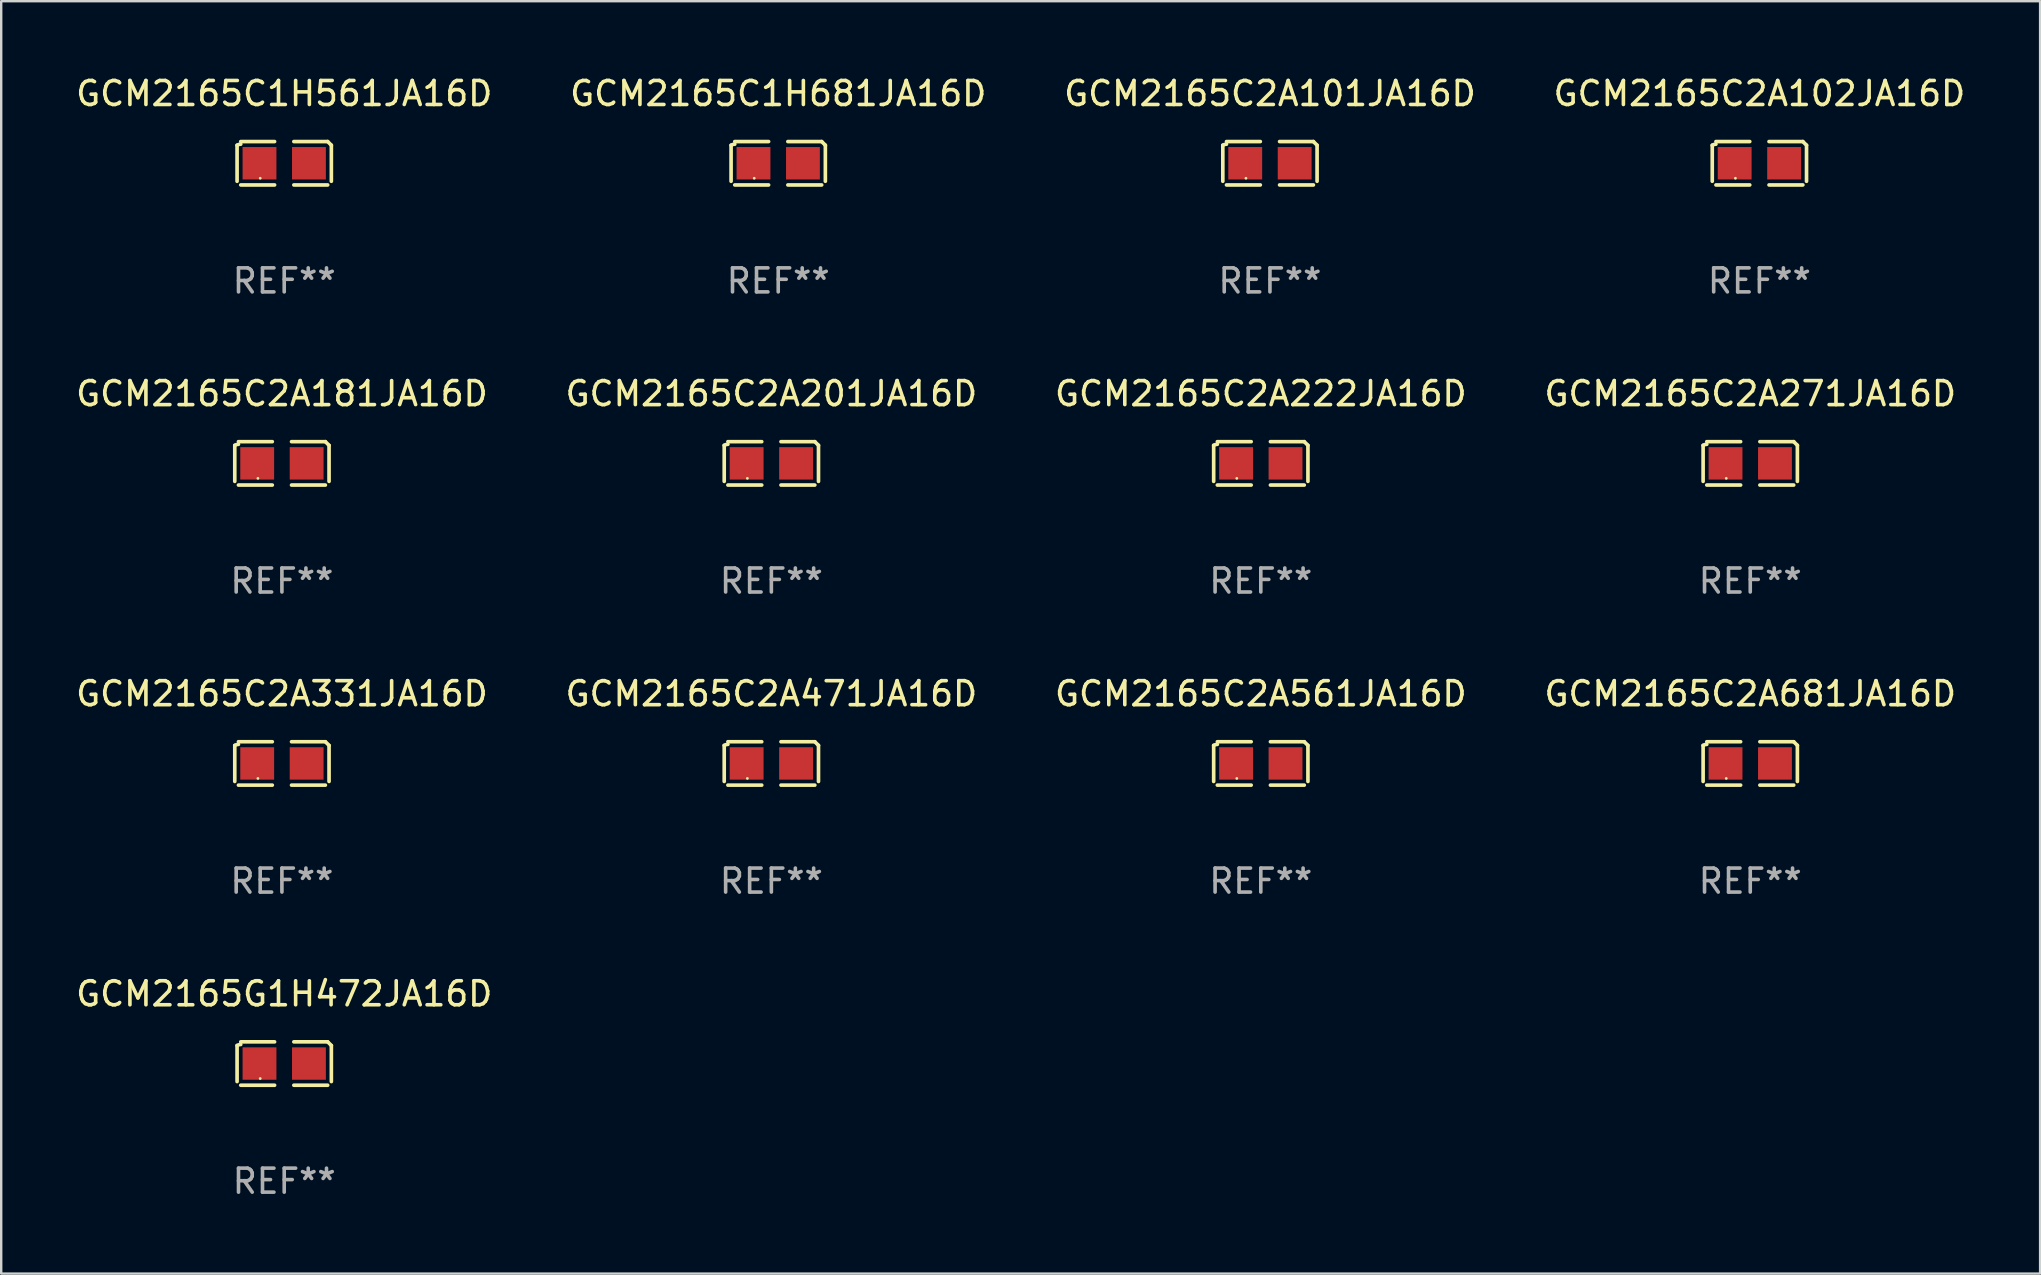
<source format=kicad_pcb>
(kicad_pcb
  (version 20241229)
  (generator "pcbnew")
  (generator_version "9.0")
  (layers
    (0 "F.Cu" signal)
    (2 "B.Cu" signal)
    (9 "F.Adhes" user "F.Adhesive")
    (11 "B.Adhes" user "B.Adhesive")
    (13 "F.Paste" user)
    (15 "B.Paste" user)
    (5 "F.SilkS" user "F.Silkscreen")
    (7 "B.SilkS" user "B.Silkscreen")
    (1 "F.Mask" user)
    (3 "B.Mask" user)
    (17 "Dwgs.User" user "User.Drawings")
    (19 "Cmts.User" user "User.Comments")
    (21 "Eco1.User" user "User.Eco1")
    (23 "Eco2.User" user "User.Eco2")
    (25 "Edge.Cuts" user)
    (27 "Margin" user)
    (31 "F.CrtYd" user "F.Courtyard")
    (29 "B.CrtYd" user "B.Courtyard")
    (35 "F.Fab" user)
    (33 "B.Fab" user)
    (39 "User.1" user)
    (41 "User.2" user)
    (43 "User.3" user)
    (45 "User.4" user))
  (footprint "GCM2165C2A331JA16D"
    (layer "F.Cu")
    (at 8.696 28.759)
    (property "Reference" "GCM2165C2A331JA16D" (at 0 -2.904 0) (layer "F.SilkS") (effects (font (size 1 1) (thickness 0.15))))
    (attr through_hole)
    (fp_line (start -1.964 0.751) (end -1.964 -0.751) (stroke (width 0.152) (type solid)) (layer "F.SilkS"))
    (fp_line (start -1.811 -0.904) (end -0.401 -0.904) (stroke (width 0.152) (type solid)) (layer "F.SilkS"))
    (fp_line (start -0.401 0.904) (end -1.811 0.904) (stroke (width 0.152) (type solid)) (layer "F.SilkS"))
    (fp_line (start 0.401 0.904) (end 1.811 0.904) (stroke (width 0.152) (type solid)) (layer "F.SilkS"))
    (fp_line (start 1.811 -0.904) (end 0.401 -0.904) (stroke (width 0.152) (type solid)) (layer "F.SilkS"))
    (fp_line (start 1.964 0.751) (end 1.964 -0.751) (stroke (width 0.152) (type solid)) (layer "F.SilkS"))
    (fp_arc (start -1.963602 -0.751207) (mid -1.890354 -0.783131) (end -1.811201 -0.794044) (stroke (width 0.1524) (type solid)) (layer "F.SilkS"))
    (fp_arc (start 1.811202 -0.903607) (mid 1.887413 -0.827418) (end 1.963602 -0.751207) (stroke (width 0.1524) (type solid)) (layer "F.SilkS"))
    (fp_circle (center -1 0.625) (end -0.97 0.625) (stroke (width 0.06) (type solid)) (fill no) (layer "F.SilkS"))
    (fp_text user "REF**" (at 0 4.904 0) (layer "F.Fab") (effects (font (size 1 1) (thickness 0.15))))
    (pad "1" smd rect (at -1.03 0) (size 1.41 1.35) (layers "F.Cu" "F.Mask" "F.Paste"))
    (pad "2" smd rect (at 1.03 0) (size 1.41 1.35) (layers "F.Cu" "F.Mask" "F.Paste")))
  (footprint "GCM2165G1H472JA16D"
    (layer "F.Cu")
    (at 8.792 41.263)
    (property "Reference" "GCM2165G1H472JA16D" (at 0 -2.904 0) (layer "F.SilkS") (effects (font (size 1 1) (thickness 0.15))))
    (attr through_hole)
    (fp_line (start -1.964 0.751) (end -1.964 -0.751) (stroke (width 0.152) (type solid)) (layer "F.SilkS"))
    (fp_line (start -1.811 -0.904) (end -0.401 -0.904) (stroke (width 0.152) (type solid)) (layer "F.SilkS"))
    (fp_line (start -0.401 0.904) (end -1.811 0.904) (stroke (width 0.152) (type solid)) (layer "F.SilkS"))
    (fp_line (start 0.401 0.904) (end 1.811 0.904) (stroke (width 0.152) (type solid)) (layer "F.SilkS"))
    (fp_line (start 1.811 -0.904) (end 0.401 -0.904) (stroke (width 0.152) (type solid)) (layer "F.SilkS"))
    (fp_line (start 1.964 0.751) (end 1.964 -0.751) (stroke (width 0.152) (type solid)) (layer "F.SilkS"))
    (fp_arc (start -1.963602 -0.751207) (mid -1.890354 -0.783131) (end -1.811201 -0.794044) (stroke (width 0.1524) (type solid)) (layer "F.SilkS"))
    (fp_arc (start 1.811202 -0.903607) (mid 1.887413 -0.827418) (end 1.963602 -0.751207) (stroke (width 0.1524) (type solid)) (layer "F.SilkS"))
    (fp_circle (center -1 0.625) (end -0.97 0.625) (stroke (width 0.06) (type solid)) (fill no) (layer "F.SilkS"))
    (fp_text user "REF**" (at 0 4.904 0) (layer "F.Fab") (effects (font (size 1 1) (thickness 0.15))))
    (pad "1" smd rect (at -1.03 0) (size 1.41 1.35) (layers "F.Cu" "F.Mask" "F.Paste"))
    (pad "2" smd rect (at 1.03 0) (size 1.41 1.35) (layers "F.Cu" "F.Mask" "F.Paste")))
  (footprint "GCM2165C1H561JA16D"
    (layer "F.Cu")
    (at 8.792 3.752)
    (property "Reference" "GCM2165C1H561JA16D" (at 0 -2.904 0) (layer "F.SilkS") (effects (font (size 1 1) (thickness 0.15))))
    (attr through_hole)
    (fp_line (start -1.964 0.751) (end -1.964 -0.751) (stroke (width 0.152) (type solid)) (layer "F.SilkS"))
    (fp_line (start -1.811 -0.904) (end -0.401 -0.904) (stroke (width 0.152) (type solid)) (layer "F.SilkS"))
    (fp_line (start -0.401 0.904) (end -1.811 0.904) (stroke (width 0.152) (type solid)) (layer "F.SilkS"))
    (fp_line (start 0.401 0.904) (end 1.811 0.904) (stroke (width 0.152) (type solid)) (layer "F.SilkS"))
    (fp_line (start 1.811 -0.904) (end 0.401 -0.904) (stroke (width 0.152) (type solid)) (layer "F.SilkS"))
    (fp_line (start 1.964 0.751) (end 1.964 -0.751) (stroke (width 0.152) (type solid)) (layer "F.SilkS"))
    (fp_arc (start -1.963602 -0.751207) (mid -1.890354 -0.783131) (end -1.811201 -0.794044) (stroke (width 0.1524) (type solid)) (layer "F.SilkS"))
    (fp_arc (start 1.811202 -0.903607) (mid 1.887413 -0.827418) (end 1.963602 -0.751207) (stroke (width 0.1524) (type solid)) (layer "F.SilkS"))
    (fp_circle (center -1 0.625) (end -0.97 0.625) (stroke (width 0.06) (type solid)) (fill no) (layer "F.SilkS"))
    (fp_text user "REF**" (at 0 4.904 0) (layer "F.Fab") (effects (font (size 1 1) (thickness 0.15))))
    (pad "1" smd rect (at -1.03 0) (size 1.41 1.35) (layers "F.Cu" "F.Mask" "F.Paste"))
    (pad "2" smd rect (at 1.03 0) (size 1.41 1.35) (layers "F.Cu" "F.Mask" "F.Paste")))
  (footprint "GCM2165C2A201JA16D"
    (layer "F.Cu")
    (at 29.089 16.256)
    (property "Reference" "GCM2165C2A201JA16D" (at 0 -2.904 0) (layer "F.SilkS") (effects (font (size 1 1) (thickness 0.15))))
    (attr through_hole)
    (fp_line (start -1.964 0.751) (end -1.964 -0.751) (stroke (width 0.152) (type solid)) (layer "F.SilkS"))
    (fp_line (start -1.811 -0.904) (end -0.401 -0.904) (stroke (width 0.152) (type solid)) (layer "F.SilkS"))
    (fp_line (start -0.401 0.904) (end -1.811 0.904) (stroke (width 0.152) (type solid)) (layer "F.SilkS"))
    (fp_line (start 0.401 0.904) (end 1.811 0.904) (stroke (width 0.152) (type solid)) (layer "F.SilkS"))
    (fp_line (start 1.811 -0.904) (end 0.401 -0.904) (stroke (width 0.152) (type solid)) (layer "F.SilkS"))
    (fp_line (start 1.964 0.751) (end 1.964 -0.751) (stroke (width 0.152) (type solid)) (layer "F.SilkS"))
    (fp_arc (start -1.963602 -0.751207) (mid -1.890354 -0.783131) (end -1.811201 -0.794044) (stroke (width 0.1524) (type solid)) (layer "F.SilkS"))
    (fp_arc (start 1.811202 -0.903607) (mid 1.887413 -0.827418) (end 1.963602 -0.751207) (stroke (width 0.1524) (type solid)) (layer "F.SilkS"))
    (fp_circle (center -1 0.625) (end -0.97 0.625) (stroke (width 0.06) (type solid)) (fill no) (layer "F.SilkS"))
    (fp_text user "REF**" (at 0 4.904 0) (layer "F.Fab") (effects (font (size 1 1) (thickness 0.15))))
    (pad "1" smd rect (at -1.03 0) (size 1.41 1.35) (layers "F.Cu" "F.Mask" "F.Paste"))
    (pad "2" smd rect (at 1.03 0) (size 1.41 1.35) (layers "F.Cu" "F.Mask" "F.Paste")))
  (footprint "GCM2165C2A471JA16D"
    (layer "F.Cu")
    (at 29.089 28.759)
    (property "Reference" "GCM2165C2A471JA16D" (at 0 -2.904 0) (layer "F.SilkS") (effects (font (size 1 1) (thickness 0.15))))
    (attr through_hole)
    (fp_line (start -1.964 0.751) (end -1.964 -0.751) (stroke (width 0.152) (type solid)) (layer "F.SilkS"))
    (fp_line (start -1.811 -0.904) (end -0.401 -0.904) (stroke (width 0.152) (type solid)) (layer "F.SilkS"))
    (fp_line (start -0.401 0.904) (end -1.811 0.904) (stroke (width 0.152) (type solid)) (layer "F.SilkS"))
    (fp_line (start 0.401 0.904) (end 1.811 0.904) (stroke (width 0.152) (type solid)) (layer "F.SilkS"))
    (fp_line (start 1.811 -0.904) (end 0.401 -0.904) (stroke (width 0.152) (type solid)) (layer "F.SilkS"))
    (fp_line (start 1.964 0.751) (end 1.964 -0.751) (stroke (width 0.152) (type solid)) (layer "F.SilkS"))
    (fp_arc (start -1.963602 -0.751207) (mid -1.890354 -0.783131) (end -1.811201 -0.794044) (stroke (width 0.1524) (type solid)) (layer "F.SilkS"))
    (fp_arc (start 1.811202 -0.903607) (mid 1.887413 -0.827418) (end 1.963602 -0.751207) (stroke (width 0.1524) (type solid)) (layer "F.SilkS"))
    (fp_circle (center -1 0.625) (end -0.97 0.625) (stroke (width 0.06) (type solid)) (fill no) (layer "F.SilkS"))
    (fp_text user "REF**" (at 0 4.904 0) (layer "F.Fab") (effects (font (size 1 1) (thickness 0.15))))
    (pad "1" smd rect (at -1.03 0) (size 1.41 1.35) (layers "F.Cu" "F.Mask" "F.Paste"))
    (pad "2" smd rect (at 1.03 0) (size 1.41 1.35) (layers "F.Cu" "F.Mask" "F.Paste")))
  (footprint "GCM2165C2A222JA16D"
    (layer "F.Cu")
    (at 49.482 16.256)
    (property "Reference" "GCM2165C2A222JA16D" (at 0 -2.904 0) (layer "F.SilkS") (effects (font (size 1 1) (thickness 0.15))))
    (attr through_hole)
    (fp_line (start -1.964 0.751) (end -1.964 -0.751) (stroke (width 0.152) (type solid)) (layer "F.SilkS"))
    (fp_line (start -1.811 -0.904) (end -0.401 -0.904) (stroke (width 0.152) (type solid)) (layer "F.SilkS"))
    (fp_line (start -0.401 0.904) (end -1.811 0.904) (stroke (width 0.152) (type solid)) (layer "F.SilkS"))
    (fp_line (start 0.401 0.904) (end 1.811 0.904) (stroke (width 0.152) (type solid)) (layer "F.SilkS"))
    (fp_line (start 1.811 -0.904) (end 0.401 -0.904) (stroke (width 0.152) (type solid)) (layer "F.SilkS"))
    (fp_line (start 1.964 0.751) (end 1.964 -0.751) (stroke (width 0.152) (type solid)) (layer "F.SilkS"))
    (fp_arc (start -1.963602 -0.751207) (mid -1.890354 -0.783131) (end -1.811201 -0.794044) (stroke (width 0.1524) (type solid)) (layer "F.SilkS"))
    (fp_arc (start 1.811202 -0.903607) (mid 1.887413 -0.827418) (end 1.963602 -0.751207) (stroke (width 0.1524) (type solid)) (layer "F.SilkS"))
    (fp_circle (center -1 0.625) (end -0.97 0.625) (stroke (width 0.06) (type solid)) (fill no) (layer "F.SilkS"))
    (fp_text user "REF**" (at 0 4.904 0) (layer "F.Fab") (effects (font (size 1 1) (thickness 0.15))))
    (pad "1" smd rect (at -1.03 0) (size 1.41 1.35) (layers "F.Cu" "F.Mask" "F.Paste"))
    (pad "2" smd rect (at 1.03 0) (size 1.41 1.35) (layers "F.Cu" "F.Mask" "F.Paste")))
  (footprint "GCM2165C2A561JA16D"
    (layer "F.Cu")
    (at 49.482 28.759)
    (property "Reference" "GCM2165C2A561JA16D" (at 0 -2.904 0) (layer "F.SilkS") (effects (font (size 1 1) (thickness 0.15))))
    (attr through_hole)
    (fp_line (start -1.964 0.751) (end -1.964 -0.751) (stroke (width 0.152) (type solid)) (layer "F.SilkS"))
    (fp_line (start -1.811 -0.904) (end -0.401 -0.904) (stroke (width 0.152) (type solid)) (layer "F.SilkS"))
    (fp_line (start -0.401 0.904) (end -1.811 0.904) (stroke (width 0.152) (type solid)) (layer "F.SilkS"))
    (fp_line (start 0.401 0.904) (end 1.811 0.904) (stroke (width 0.152) (type solid)) (layer "F.SilkS"))
    (fp_line (start 1.811 -0.904) (end 0.401 -0.904) (stroke (width 0.152) (type solid)) (layer "F.SilkS"))
    (fp_line (start 1.964 0.751) (end 1.964 -0.751) (stroke (width 0.152) (type solid)) (layer "F.SilkS"))
    (fp_arc (start -1.963602 -0.751207) (mid -1.890354 -0.783131) (end -1.811201 -0.794044) (stroke (width 0.1524) (type solid)) (layer "F.SilkS"))
    (fp_arc (start 1.811202 -0.903607) (mid 1.887413 -0.827418) (end 1.963602 -0.751207) (stroke (width 0.1524) (type solid)) (layer "F.SilkS"))
    (fp_circle (center -1 0.625) (end -0.97 0.625) (stroke (width 0.06) (type solid)) (fill no) (layer "F.SilkS"))
    (fp_text user "REF**" (at 0 4.904 0) (layer "F.Fab") (effects (font (size 1 1) (thickness 0.15))))
    (pad "1" smd rect (at -1.03 0) (size 1.41 1.35) (layers "F.Cu" "F.Mask" "F.Paste"))
    (pad "2" smd rect (at 1.03 0) (size 1.41 1.35) (layers "F.Cu" "F.Mask" "F.Paste")))
  (footprint "GCM2165C2A101JA16D"
    (layer "F.Cu")
    (at 49.863 3.752)
    (property "Reference" "GCM2165C2A101JA16D" (at 0 -2.904 0) (layer "F.SilkS") (effects (font (size 1 1) (thickness 0.15))))
    (attr through_hole)
    (fp_line (start -1.964 0.751) (end -1.964 -0.751) (stroke (width 0.152) (type solid)) (layer "F.SilkS"))
    (fp_line (start -1.811 -0.904) (end -0.401 -0.904) (stroke (width 0.152) (type solid)) (layer "F.SilkS"))
    (fp_line (start -0.401 0.904) (end -1.811 0.904) (stroke (width 0.152) (type solid)) (layer "F.SilkS"))
    (fp_line (start 0.401 0.904) (end 1.811 0.904) (stroke (width 0.152) (type solid)) (layer "F.SilkS"))
    (fp_line (start 1.811 -0.904) (end 0.401 -0.904) (stroke (width 0.152) (type solid)) (layer "F.SilkS"))
    (fp_line (start 1.964 0.751) (end 1.964 -0.751) (stroke (width 0.152) (type solid)) (layer "F.SilkS"))
    (fp_arc (start -1.963602 -0.751207) (mid -1.890354 -0.783131) (end -1.811201 -0.794044) (stroke (width 0.1524) (type solid)) (layer "F.SilkS"))
    (fp_arc (start 1.811202 -0.903607) (mid 1.887413 -0.827418) (end 1.963602 -0.751207) (stroke (width 0.1524) (type solid)) (layer "F.SilkS"))
    (fp_circle (center -1 0.625) (end -0.97 0.625) (stroke (width 0.06) (type solid)) (fill no) (layer "F.SilkS"))
    (fp_text user "REF**" (at 0 4.904 0) (layer "F.Fab") (effects (font (size 1 1) (thickness 0.15))))
    (pad "1" smd rect (at -1.03 0) (size 1.41 1.35) (layers "F.Cu" "F.Mask" "F.Paste"))
    (pad "2" smd rect (at 1.03 0) (size 1.41 1.35) (layers "F.Cu" "F.Mask" "F.Paste")))
  (footprint "GCM2165C1H681JA16D"
    (layer "F.Cu")
    (at 29.375 3.752)
    (property "Reference" "GCM2165C1H681JA16D" (at 0 -2.904 0) (layer "F.SilkS") (effects (font (size 1 1) (thickness 0.15))))
    (attr through_hole)
    (fp_line (start -1.964 0.751) (end -1.964 -0.751) (stroke (width 0.152) (type solid)) (layer "F.SilkS"))
    (fp_line (start -1.811 -0.904) (end -0.401 -0.904) (stroke (width 0.152) (type solid)) (layer "F.SilkS"))
    (fp_line (start -0.401 0.904) (end -1.811 0.904) (stroke (width 0.152) (type solid)) (layer "F.SilkS"))
    (fp_line (start 0.401 0.904) (end 1.811 0.904) (stroke (width 0.152) (type solid)) (layer "F.SilkS"))
    (fp_line (start 1.811 -0.904) (end 0.401 -0.904) (stroke (width 0.152) (type solid)) (layer "F.SilkS"))
    (fp_line (start 1.964 0.751) (end 1.964 -0.751) (stroke (width 0.152) (type solid)) (layer "F.SilkS"))
    (fp_arc (start -1.963602 -0.751207) (mid -1.890354 -0.783131) (end -1.811201 -0.794044) (stroke (width 0.1524) (type solid)) (layer "F.SilkS"))
    (fp_arc (start 1.811202 -0.903607) (mid 1.887413 -0.827418) (end 1.963602 -0.751207) (stroke (width 0.1524) (type solid)) (layer "F.SilkS"))
    (fp_circle (center -1 0.625) (end -0.97 0.625) (stroke (width 0.06) (type solid)) (fill no) (layer "F.SilkS"))
    (fp_text user "REF**" (at 0 4.904 0) (layer "F.Fab") (effects (font (size 1 1) (thickness 0.15))))
    (pad "1" smd rect (at -1.03 0) (size 1.41 1.35) (layers "F.Cu" "F.Mask" "F.Paste"))
    (pad "2" smd rect (at 1.03 0) (size 1.41 1.35) (layers "F.Cu" "F.Mask" "F.Paste")))
  (footprint "GCM2165C2A271JA16D"
    (layer "F.Cu")
    (at 69.875 16.256)
    (property "Reference" "GCM2165C2A271JA16D" (at 0 -2.904 0) (layer "F.SilkS") (effects (font (size 1 1) (thickness 0.15))))
    (attr through_hole)
    (fp_line (start -1.964 0.751) (end -1.964 -0.751) (stroke (width 0.152) (type solid)) (layer "F.SilkS"))
    (fp_line (start -1.811 -0.904) (end -0.401 -0.904) (stroke (width 0.152) (type solid)) (layer "F.SilkS"))
    (fp_line (start -0.401 0.904) (end -1.811 0.904) (stroke (width 0.152) (type solid)) (layer "F.SilkS"))
    (fp_line (start 0.401 0.904) (end 1.811 0.904) (stroke (width 0.152) (type solid)) (layer "F.SilkS"))
    (fp_line (start 1.811 -0.904) (end 0.401 -0.904) (stroke (width 0.152) (type solid)) (layer "F.SilkS"))
    (fp_line (start 1.964 0.751) (end 1.964 -0.751) (stroke (width 0.152) (type solid)) (layer "F.SilkS"))
    (fp_arc (start -1.963602 -0.751207) (mid -1.890354 -0.783131) (end -1.811201 -0.794044) (stroke (width 0.1524) (type solid)) (layer "F.SilkS"))
    (fp_arc (start 1.811202 -0.903607) (mid 1.887413 -0.827418) (end 1.963602 -0.751207) (stroke (width 0.1524) (type solid)) (layer "F.SilkS"))
    (fp_circle (center -1 0.625) (end -0.97 0.625) (stroke (width 0.06) (type solid)) (fill no) (layer "F.SilkS"))
    (fp_text user "REF**" (at 0 4.904 0) (layer "F.Fab") (effects (font (size 1 1) (thickness 0.15))))
    (pad "1" smd rect (at -1.03 0) (size 1.41 1.35) (layers "F.Cu" "F.Mask" "F.Paste"))
    (pad "2" smd rect (at 1.03 0) (size 1.41 1.35) (layers "F.Cu" "F.Mask" "F.Paste")))
  (footprint "GCM2165C2A181JA16D"
    (layer "F.Cu")
    (at 8.696 16.256)
    (property "Reference" "GCM2165C2A181JA16D" (at 0 -2.904 0) (layer "F.SilkS") (effects (font (size 1 1) (thickness 0.15))))
    (attr through_hole)
    (fp_line (start -1.964 0.751) (end -1.964 -0.751) (stroke (width 0.152) (type solid)) (layer "F.SilkS"))
    (fp_line (start -1.811 -0.904) (end -0.401 -0.904) (stroke (width 0.152) (type solid)) (layer "F.SilkS"))
    (fp_line (start -0.401 0.904) (end -1.811 0.904) (stroke (width 0.152) (type solid)) (layer "F.SilkS"))
    (fp_line (start 0.401 0.904) (end 1.811 0.904) (stroke (width 0.152) (type solid)) (layer "F.SilkS"))
    (fp_line (start 1.811 -0.904) (end 0.401 -0.904) (stroke (width 0.152) (type solid)) (layer "F.SilkS"))
    (fp_line (start 1.964 0.751) (end 1.964 -0.751) (stroke (width 0.152) (type solid)) (layer "F.SilkS"))
    (fp_arc (start -1.963602 -0.751207) (mid -1.890354 -0.783131) (end -1.811201 -0.794044) (stroke (width 0.1524) (type solid)) (layer "F.SilkS"))
    (fp_arc (start 1.811202 -0.903607) (mid 1.887413 -0.827418) (end 1.963602 -0.751207) (stroke (width 0.1524) (type solid)) (layer "F.SilkS"))
    (fp_circle (center -1 0.625) (end -0.97 0.625) (stroke (width 0.06) (type solid)) (fill no) (layer "F.SilkS"))
    (fp_text user "REF**" (at 0 4.904 0) (layer "F.Fab") (effects (font (size 1 1) (thickness 0.15))))
    (pad "1" smd rect (at -1.03 0) (size 1.41 1.35) (layers "F.Cu" "F.Mask" "F.Paste"))
    (pad "2" smd rect (at 1.03 0) (size 1.41 1.35) (layers "F.Cu" "F.Mask" "F.Paste")))
  (footprint "GCM2165C2A681JA16D"
    (layer "F.Cu")
    (at 69.875 28.759)
    (property "Reference" "GCM2165C2A681JA16D" (at 0 -2.904 0) (layer "F.SilkS") (effects (font (size 1 1) (thickness 0.15))))
    (attr through_hole)
    (fp_line (start -1.964 0.751) (end -1.964 -0.751) (stroke (width 0.152) (type solid)) (layer "F.SilkS"))
    (fp_line (start -1.811 -0.904) (end -0.401 -0.904) (stroke (width 0.152) (type solid)) (layer "F.SilkS"))
    (fp_line (start -0.401 0.904) (end -1.811 0.904) (stroke (width 0.152) (type solid)) (layer "F.SilkS"))
    (fp_line (start 0.401 0.904) (end 1.811 0.904) (stroke (width 0.152) (type solid)) (layer "F.SilkS"))
    (fp_line (start 1.811 -0.904) (end 0.401 -0.904) (stroke (width 0.152) (type solid)) (layer "F.SilkS"))
    (fp_line (start 1.964 0.751) (end 1.964 -0.751) (stroke (width 0.152) (type solid)) (layer "F.SilkS"))
    (fp_arc (start -1.963602 -0.751207) (mid -1.890354 -0.783131) (end -1.811201 -0.794044) (stroke (width 0.1524) (type solid)) (layer "F.SilkS"))
    (fp_arc (start 1.811202 -0.903607) (mid 1.887413 -0.827418) (end 1.963602 -0.751207) (stroke (width 0.1524) (type solid)) (layer "F.SilkS"))
    (fp_circle (center -1 0.625) (end -0.97 0.625) (stroke (width 0.06) (type solid)) (fill no) (layer "F.SilkS"))
    (fp_text user "REF**" (at 0 4.904 0) (layer "F.Fab") (effects (font (size 1 1) (thickness 0.15))))
    (pad "1" smd rect (at -1.03 0) (size 1.41 1.35) (layers "F.Cu" "F.Mask" "F.Paste"))
    (pad "2" smd rect (at 1.03 0) (size 1.41 1.35) (layers "F.Cu" "F.Mask" "F.Paste")))
  (footprint "GCM2165C2A102JA16D"
    (layer "F.Cu")
    (at 70.256 3.752)
    (property "Reference" "GCM2165C2A102JA16D" (at 0 -2.904 0) (layer "F.SilkS") (effects (font (size 1 1) (thickness 0.15))))
    (attr through_hole)
    (fp_line (start -1.964 0.751) (end -1.964 -0.751) (stroke (width 0.152) (type solid)) (layer "F.SilkS"))
    (fp_line (start -1.811 -0.904) (end -0.401 -0.904) (stroke (width 0.152) (type solid)) (layer "F.SilkS"))
    (fp_line (start -0.401 0.904) (end -1.811 0.904) (stroke (width 0.152) (type solid)) (layer "F.SilkS"))
    (fp_line (start 0.401 0.904) (end 1.811 0.904) (stroke (width 0.152) (type solid)) (layer "F.SilkS"))
    (fp_line (start 1.811 -0.904) (end 0.401 -0.904) (stroke (width 0.152) (type solid)) (layer "F.SilkS"))
    (fp_line (start 1.964 0.751) (end 1.964 -0.751) (stroke (width 0.152) (type solid)) (layer "F.SilkS"))
    (fp_arc (start -1.963602 -0.751207) (mid -1.890354 -0.783131) (end -1.811201 -0.794044) (stroke (width 0.1524) (type solid)) (layer "F.SilkS"))
    (fp_arc (start 1.811202 -0.903607) (mid 1.887413 -0.827418) (end 1.963602 -0.751207) (stroke (width 0.1524) (type solid)) (layer "F.SilkS"))
    (fp_circle (center -1 0.625) (end -0.97 0.625) (stroke (width 0.06) (type solid)) (fill no) (layer "F.SilkS"))
    (fp_text user "REF**" (at 0 4.904 0) (layer "F.Fab") (effects (font (size 1 1) (thickness 0.15))))
    (pad "1" smd rect (at -1.03 0) (size 1.41 1.35) (layers "F.Cu" "F.Mask" "F.Paste"))
    (pad "2" smd rect (at 1.03 0) (size 1.41 1.35) (layers "F.Cu" "F.Mask" "F.Paste")))
  (gr_rect
    (start -3 -3)
    (end 81.952 50.015)
    (stroke (width 0.1) (type default))
    (fill no)
    (layer "Edge.Cuts")))
</source>
